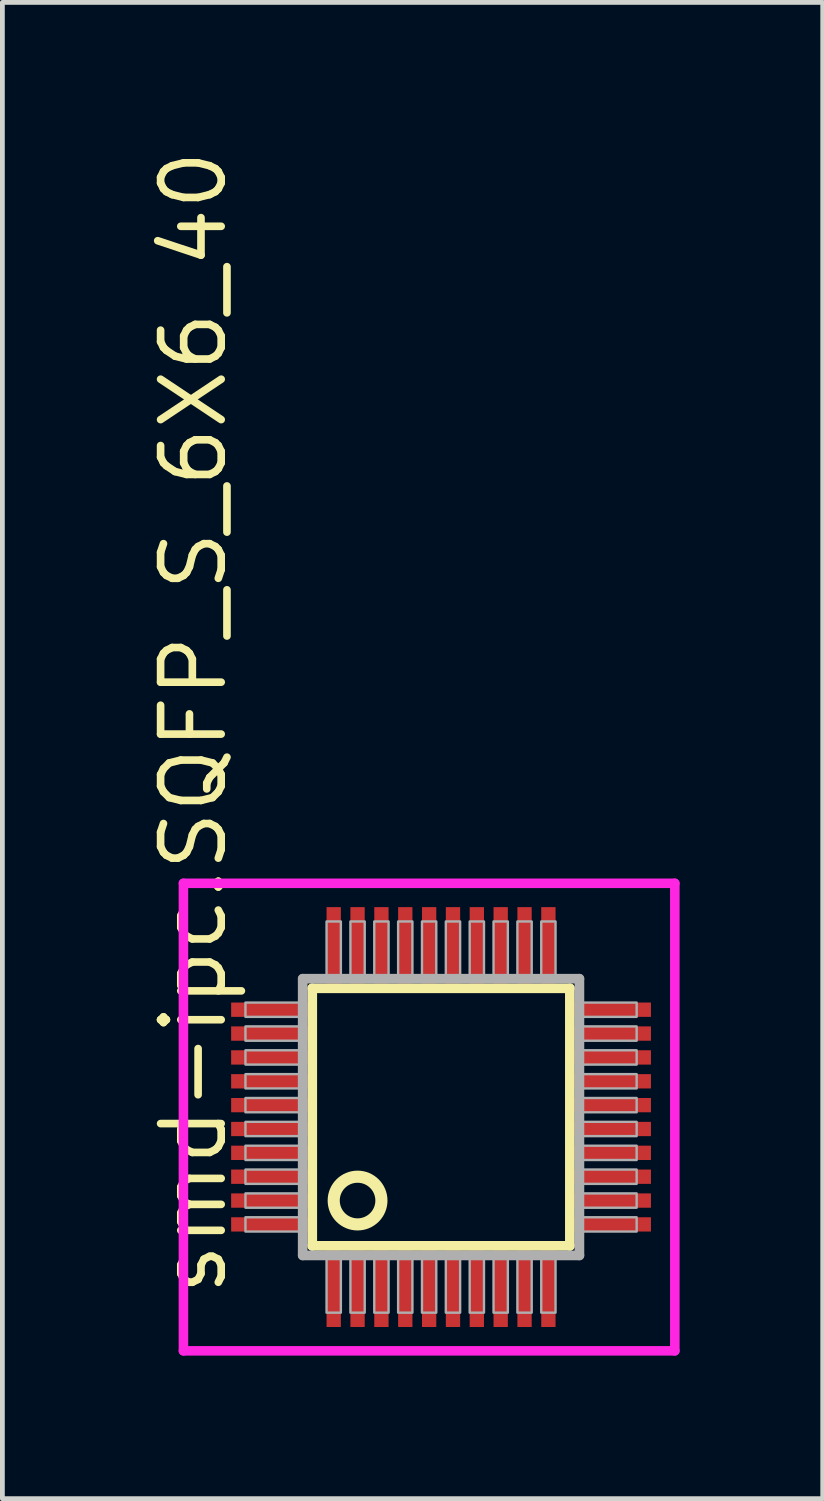
<source format=kicad_pcb>
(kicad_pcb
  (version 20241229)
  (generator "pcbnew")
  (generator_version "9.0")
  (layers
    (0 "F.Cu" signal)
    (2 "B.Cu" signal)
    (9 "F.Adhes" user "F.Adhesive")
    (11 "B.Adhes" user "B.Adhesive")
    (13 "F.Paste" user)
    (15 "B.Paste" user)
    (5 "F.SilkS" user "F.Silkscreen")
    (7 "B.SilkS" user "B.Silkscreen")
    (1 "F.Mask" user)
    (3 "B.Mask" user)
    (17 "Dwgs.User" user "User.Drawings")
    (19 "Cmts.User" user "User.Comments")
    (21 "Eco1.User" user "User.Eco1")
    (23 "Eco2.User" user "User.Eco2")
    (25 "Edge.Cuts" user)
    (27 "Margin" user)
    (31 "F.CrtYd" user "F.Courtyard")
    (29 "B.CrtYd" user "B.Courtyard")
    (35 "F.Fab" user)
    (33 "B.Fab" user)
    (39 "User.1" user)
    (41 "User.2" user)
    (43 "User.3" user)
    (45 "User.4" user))
  (footprint "smd-ipc.SQFP_S_6X6_40"
    (layer "F.Cu")
    (at 6.195 20.365)
    (property "Reference" "smd-ipc.SQFP_S_6X6_40" (at -4.445 3.81 90) (layer "F.SilkS") (effects (font (size 1.27 1.27) (thickness 0.16)) (justify left bottom)))
    (attr smd)
    (fp_line (start -2.7 -2.7) (end 2.7 -2.7) (stroke (width 0.203) (type default)) (layer "F.SilkS"))
    (fp_line (start -2.7 2.7) (end -2.7 -2.7) (stroke (width 0.203) (type default)) (layer "F.SilkS"))
    (fp_line (start 2.7 -2.7) (end 2.7 2.7) (stroke (width 0.203) (type default)) (layer "F.SilkS"))
    (fp_line (start 2.7 2.7) (end -2.7 2.7) (stroke (width 0.203) (type default)) (layer "F.SilkS"))
    (fp_circle (center -1.75 1.75) (end -1.25 1.75) (stroke (width 0.254) (type default)) (fill no) (layer "F.SilkS"))
    (fp_line (start -5.4 -4.9) (end 4.9 -4.9) (stroke (width 0.2) (type default)) (layer "F.CrtYd"))
    (fp_line (start -5.4 4.9) (end -5.4 -4.9) (stroke (width 0.2) (type default)) (layer "F.CrtYd"))
    (fp_line (start 4.9 -4.9) (end 4.9 4.9) (stroke (width 0.2) (type default)) (layer "F.CrtYd"))
    (fp_line (start 4.9 4.9) (end -5.4 4.9) (stroke (width 0.2) (type default)) (layer "F.CrtYd"))
    (fp_line (start -2.9 -2.9) (end -2.9 2.9) (stroke (width 0.203) (type default)) (layer "F.Fab"))
    (fp_line (start -2.9 2.9) (end 2.9 2.9) (stroke (width 0.203) (type default)) (layer "F.Fab"))
    (fp_line (start 2.9 -2.9) (end -2.9 -2.9) (stroke (width 0.203) (type default)) (layer "F.Fab"))
    (fp_line (start 2.9 2.9) (end 2.9 -2.9) (stroke (width 0.203) (type default)) (layer "F.Fab"))
    (fp_rect (start -4.1 -2.1) (end -2.95 -2.4) (stroke (width 0.05) (type default)) (fill no) (layer "F.Fab"))
    (fp_rect (start -4.1 -1.6) (end -2.95 -1.9) (stroke (width 0.05) (type default)) (fill no) (layer "F.Fab"))
    (fp_rect (start -4.1 -1.1) (end -2.95 -1.4) (stroke (width 0.05) (type default)) (fill no) (layer "F.Fab"))
    (fp_rect (start -4.1 -0.6) (end -2.95 -0.9) (stroke (width 0.05) (type default)) (fill no) (layer "F.Fab"))
    (fp_rect (start -4.1 -0.1) (end -2.95 -0.4) (stroke (width 0.05) (type default)) (fill no) (layer "F.Fab"))
    (fp_rect (start -4.1 0.4) (end -2.95 0.1) (stroke (width 0.05) (type default)) (fill no) (layer "F.Fab"))
    (fp_rect (start -4.1 0.9) (end -2.95 0.6) (stroke (width 0.05) (type default)) (fill no) (layer "F.Fab"))
    (fp_rect (start -4.1 1.4) (end -2.95 1.1) (stroke (width 0.05) (type default)) (fill no) (layer "F.Fab"))
    (fp_rect (start -4.1 1.9) (end -2.95 1.6) (stroke (width 0.05) (type default)) (fill no) (layer "F.Fab"))
    (fp_rect (start -4.1 2.4) (end -2.95 2.1) (stroke (width 0.05) (type default)) (fill no) (layer "F.Fab"))
    (fp_rect (start -2.4 -2.95) (end -2.1 -4.1) (stroke (width 0.05) (type default)) (fill no) (layer "F.Fab"))
    (fp_rect (start -2.4 4.1) (end -2.1 2.95) (stroke (width 0.05) (type default)) (fill no) (layer "F.Fab"))
    (fp_rect (start -1.9 -2.95) (end -1.6 -4.1) (stroke (width 0.05) (type default)) (fill no) (layer "F.Fab"))
    (fp_rect (start -1.9 4.1) (end -1.6 2.95) (stroke (width 0.05) (type default)) (fill no) (layer "F.Fab"))
    (fp_rect (start -1.4 -2.95) (end -1.1 -4.1) (stroke (width 0.05) (type default)) (fill no) (layer "F.Fab"))
    (fp_rect (start -1.4 4.1) (end -1.1 2.95) (stroke (width 0.05) (type default)) (fill no) (layer "F.Fab"))
    (fp_rect (start -0.9 -2.95) (end -0.6 -4.1) (stroke (width 0.05) (type default)) (fill no) (layer "F.Fab"))
    (fp_rect (start -0.9 4.1) (end -0.6 2.95) (stroke (width 0.05) (type default)) (fill no) (layer "F.Fab"))
    (fp_rect (start -0.4 -2.95) (end -0.1 -4.1) (stroke (width 0.05) (type default)) (fill no) (layer "F.Fab"))
    (fp_rect (start -0.4 4.1) (end -0.1 2.95) (stroke (width 0.05) (type default)) (fill no) (layer "F.Fab"))
    (fp_rect (start 0.1 -2.95) (end 0.4 -4.1) (stroke (width 0.05) (type default)) (fill no) (layer "F.Fab"))
    (fp_rect (start 0.1 4.1) (end 0.4 2.95) (stroke (width 0.05) (type default)) (fill no) (layer "F.Fab"))
    (fp_rect (start 0.6 -2.95) (end 0.9 -4.1) (stroke (width 0.05) (type default)) (fill no) (layer "F.Fab"))
    (fp_rect (start 0.6 4.1) (end 0.9 2.95) (stroke (width 0.05) (type default)) (fill no) (layer "F.Fab"))
    (fp_rect (start 1.1 -2.95) (end 1.4 -4.1) (stroke (width 0.05) (type default)) (fill no) (layer "F.Fab"))
    (fp_rect (start 1.1 4.1) (end 1.4 2.95) (stroke (width 0.05) (type default)) (fill no) (layer "F.Fab"))
    (fp_rect (start 1.6 -2.95) (end 1.9 -4.1) (stroke (width 0.05) (type default)) (fill no) (layer "F.Fab"))
    (fp_rect (start 1.6 4.1) (end 1.9 2.95) (stroke (width 0.05) (type default)) (fill no) (layer "F.Fab"))
    (fp_rect (start 2.1 -2.95) (end 2.4 -4.1) (stroke (width 0.05) (type default)) (fill no) (layer "F.Fab"))
    (fp_rect (start 2.1 4.1) (end 2.4 2.95) (stroke (width 0.05) (type default)) (fill no) (layer "F.Fab"))
    (fp_rect (start 2.95 -2.1) (end 4.1 -2.4) (stroke (width 0.05) (type default)) (fill no) (layer "F.Fab"))
    (fp_rect (start 2.95 -1.6) (end 4.1 -1.9) (stroke (width 0.05) (type default)) (fill no) (layer "F.Fab"))
    (fp_rect (start 2.95 -1.1) (end 4.1 -1.4) (stroke (width 0.05) (type default)) (fill no) (layer "F.Fab"))
    (fp_rect (start 2.95 -0.6) (end 4.1 -0.9) (stroke (width 0.05) (type default)) (fill no) (layer "F.Fab"))
    (fp_rect (start 2.95 -0.1) (end 4.1 -0.4) (stroke (width 0.05) (type default)) (fill no) (layer "F.Fab"))
    (fp_rect (start 2.95 0.4) (end 4.1 0.1) (stroke (width 0.05) (type default)) (fill no) (layer "F.Fab"))
    (fp_rect (start 2.95 0.9) (end 4.1 0.6) (stroke (width 0.05) (type default)) (fill no) (layer "F.Fab"))
    (fp_rect (start 2.95 1.4) (end 4.1 1.1) (stroke (width 0.05) (type default)) (fill no) (layer "F.Fab"))
    (fp_rect (start 2.95 1.9) (end 4.1 1.6) (stroke (width 0.05) (type default)) (fill no) (layer "F.Fab"))
    (fp_rect (start 2.95 2.4) (end 4.1 2.1) (stroke (width 0.05) (type default)) (fill no) (layer "F.Fab"))
    (pad "1" smd roundrect (at -2.25 3.6) (size 0.3 1.6) (layers "F.Cu" "F.Mask" "F.Paste") (roundrect_rratio 0.01))
    (pad "2" smd roundrect (at -1.75 3.6) (size 0.3 1.6) (layers "F.Cu" "F.Mask" "F.Paste") (roundrect_rratio 0.01))
    (pad "3" smd roundrect (at -1.25 3.6) (size 0.3 1.6) (layers "F.Cu" "F.Mask" "F.Paste") (roundrect_rratio 0.01))
    (pad "4" smd roundrect (at -0.75 3.6) (size 0.3 1.6) (layers "F.Cu" "F.Mask" "F.Paste") (roundrect_rratio 0.01))
    (pad "5" smd roundrect (at -0.25 3.6) (size 0.3 1.6) (layers "F.Cu" "F.Mask" "F.Paste") (roundrect_rratio 0.01))
    (pad "6" smd roundrect (at 0.25 3.6) (size 0.3 1.6) (layers "F.Cu" "F.Mask" "F.Paste") (roundrect_rratio 0.01))
    (pad "7" smd roundrect (at 0.75 3.6) (size 0.3 1.6) (layers "F.Cu" "F.Mask" "F.Paste") (roundrect_rratio 0.01))
    (pad "8" smd roundrect (at 1.25 3.6) (size 0.3 1.6) (layers "F.Cu" "F.Mask" "F.Paste") (roundrect_rratio 0.01))
    (pad "9" smd roundrect (at 1.75 3.6) (size 0.3 1.6) (layers "F.Cu" "F.Mask" "F.Paste") (roundrect_rratio 0.01))
    (pad "10" smd roundrect (at 2.25 3.6) (size 0.3 1.6) (layers "F.Cu" "F.Mask" "F.Paste") (roundrect_rratio 0.01))
    (pad "11" smd roundrect (at 3.6 2.25) (size 1.6 0.3) (layers "F.Cu" "F.Mask" "F.Paste") (roundrect_rratio 0.01))
    (pad "12" smd roundrect (at 3.6 1.75) (size 1.6 0.3) (layers "F.Cu" "F.Mask" "F.Paste") (roundrect_rratio 0.01))
    (pad "13" smd roundrect (at 3.6 1.25) (size 1.6 0.3) (layers "F.Cu" "F.Mask" "F.Paste") (roundrect_rratio 0.01))
    (pad "14" smd roundrect (at 3.6 0.75) (size 1.6 0.3) (layers "F.Cu" "F.Mask" "F.Paste") (roundrect_rratio 0.01))
    (pad "15" smd roundrect (at 3.6 0.25) (size 1.6 0.3) (layers "F.Cu" "F.Mask" "F.Paste") (roundrect_rratio 0.01))
    (pad "16" smd roundrect (at 3.6 -0.25) (size 1.6 0.3) (layers "F.Cu" "F.Mask" "F.Paste") (roundrect_rratio 0.01))
    (pad "17" smd roundrect (at 3.6 -0.75) (size 1.6 0.3) (layers "F.Cu" "F.Mask" "F.Paste") (roundrect_rratio 0.01))
    (pad "18" smd roundrect (at 3.6 -1.25) (size 1.6 0.3) (layers "F.Cu" "F.Mask" "F.Paste") (roundrect_rratio 0.01))
    (pad "19" smd roundrect (at 3.6 -1.75) (size 1.6 0.3) (layers "F.Cu" "F.Mask" "F.Paste") (roundrect_rratio 0.01))
    (pad "20" smd roundrect (at 3.6 -2.25) (size 1.6 0.3) (layers "F.Cu" "F.Mask" "F.Paste") (roundrect_rratio 0.01))
    (pad "21" smd roundrect (at 2.25 -3.6) (size 0.3 1.6) (layers "F.Cu" "F.Mask" "F.Paste") (roundrect_rratio 0.01))
    (pad "22" smd roundrect (at 1.75 -3.6) (size 0.3 1.6) (layers "F.Cu" "F.Mask" "F.Paste") (roundrect_rratio 0.01))
    (pad "23" smd roundrect (at 1.25 -3.6) (size 0.3 1.6) (layers "F.Cu" "F.Mask" "F.Paste") (roundrect_rratio 0.01))
    (pad "24" smd roundrect (at 0.75 -3.6) (size 0.3 1.6) (layers "F.Cu" "F.Mask" "F.Paste") (roundrect_rratio 0.01))
    (pad "25" smd roundrect (at 0.25 -3.6) (size 0.3 1.6) (layers "F.Cu" "F.Mask" "F.Paste") (roundrect_rratio 0.01))
    (pad "26" smd roundrect (at -0.25 -3.6) (size 0.3 1.6) (layers "F.Cu" "F.Mask" "F.Paste") (roundrect_rratio 0.01))
    (pad "27" smd roundrect (at -0.75 -3.6) (size 0.3 1.6) (layers "F.Cu" "F.Mask" "F.Paste") (roundrect_rratio 0.01))
    (pad "28" smd roundrect (at -1.25 -3.6) (size 0.3 1.6) (layers "F.Cu" "F.Mask" "F.Paste") (roundrect_rratio 0.01))
    (pad "29" smd roundrect (at -1.75 -3.6) (size 0.3 1.6) (layers "F.Cu" "F.Mask" "F.Paste") (roundrect_rratio 0.01))
    (pad "30" smd roundrect (at -2.25 -3.6) (size 0.3 1.6) (layers "F.Cu" "F.Mask" "F.Paste") (roundrect_rratio 0.01))
    (pad "31" smd roundrect (at -3.6 -2.25) (size 1.6 0.3) (layers "F.Cu" "F.Mask" "F.Paste") (roundrect_rratio 0.01))
    (pad "32" smd roundrect (at -3.6 -1.75) (size 1.6 0.3) (layers "F.Cu" "F.Mask" "F.Paste") (roundrect_rratio 0.01))
    (pad "33" smd roundrect (at -3.6 -1.25) (size 1.6 0.3) (layers "F.Cu" "F.Mask" "F.Paste") (roundrect_rratio 0.01))
    (pad "34" smd roundrect (at -3.6 -0.75) (size 1.6 0.3) (layers "F.Cu" "F.Mask" "F.Paste") (roundrect_rratio 0.01))
    (pad "35" smd roundrect (at -3.6 -0.25) (size 1.6 0.3) (layers "F.Cu" "F.Mask" "F.Paste") (roundrect_rratio 0.01))
    (pad "36" smd roundrect (at -3.6 0.25) (size 1.6 0.3) (layers "F.Cu" "F.Mask" "F.Paste") (roundrect_rratio 0.01))
    (pad "37" smd roundrect (at -3.6 0.75) (size 1.6 0.3) (layers "F.Cu" "F.Mask" "F.Paste") (roundrect_rratio 0.01))
    (pad "38" smd roundrect (at -3.6 1.25) (size 1.6 0.3) (layers "F.Cu" "F.Mask" "F.Paste") (roundrect_rratio 0.01))
    (pad "39" smd roundrect (at -3.6 1.75) (size 1.6 0.3) (layers "F.Cu" "F.Mask" "F.Paste") (roundrect_rratio 0.01))
    (pad "40" smd roundrect (at -3.6 2.25) (size 1.6 0.3) (layers "F.Cu" "F.Mask" "F.Paste") (roundrect_rratio 0.01)))
  (gr_rect
    (start -3 -3)
    (end 14.195 28.364)
    (stroke (width 0.1) (type default))
    (fill no)
    (layer "Edge.Cuts")))
</source>
